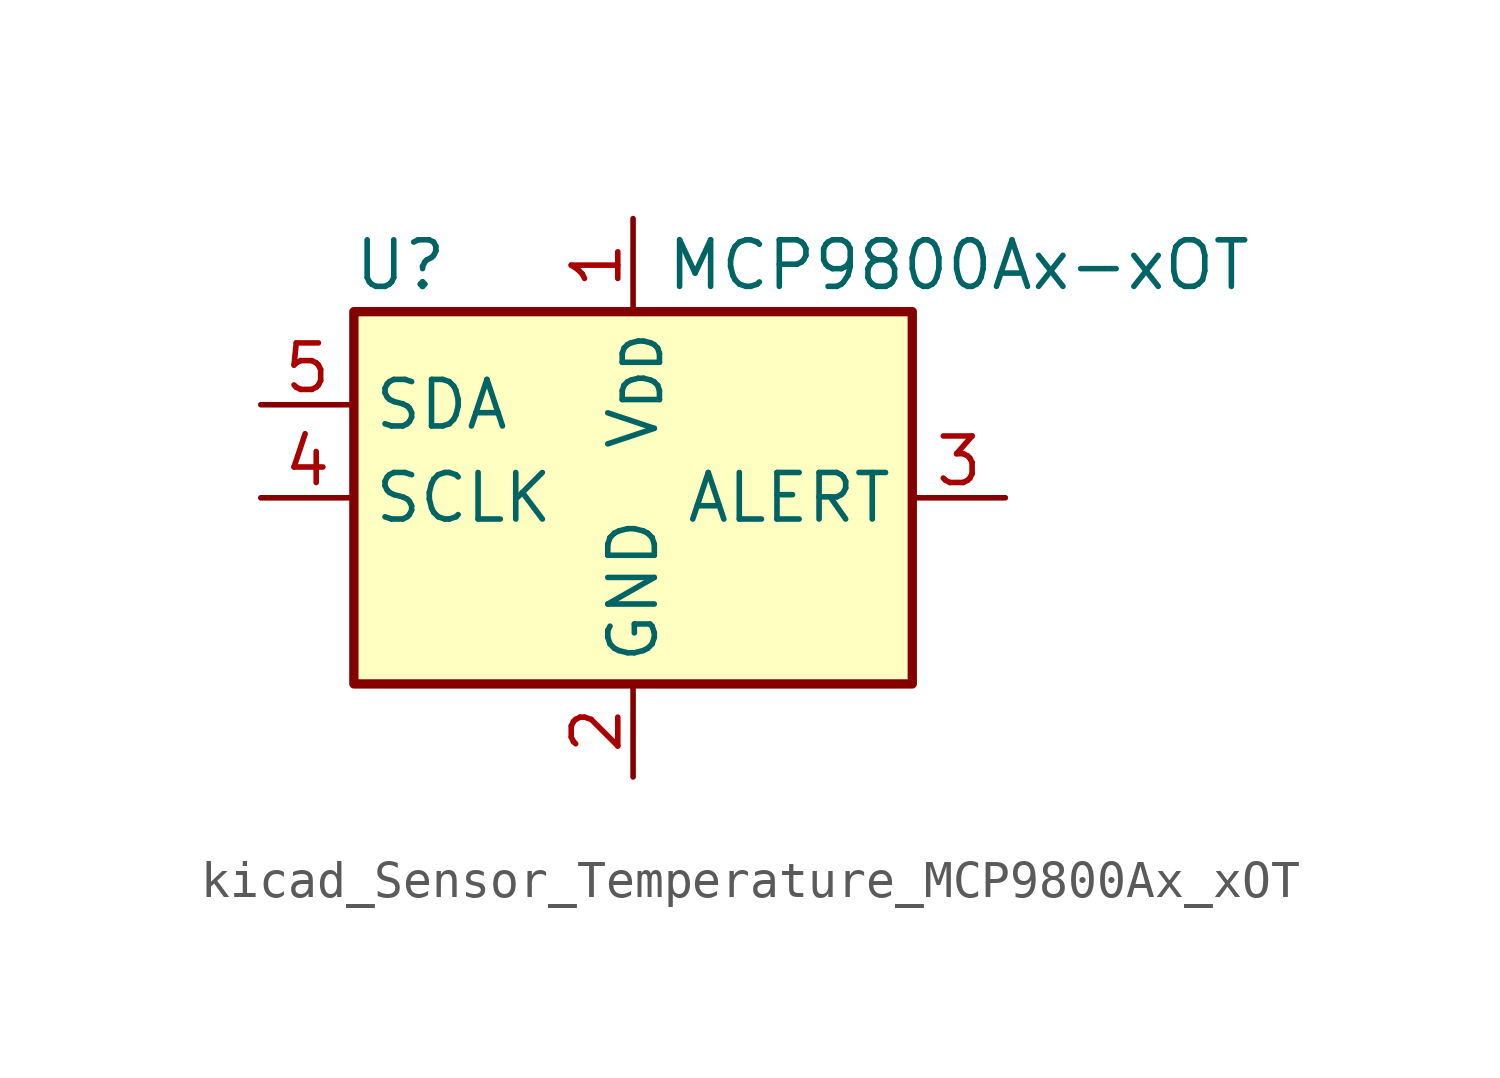
<source format=kicad_sym>
(kicad_symbol_lib
  (version 20220914)
  (generator kicad_symbol_editor)
  (symbol "kicad_Sensor_Temperature_MCP9800Ax_xOT"
    (property "Reference" "U"
      (at -6.35 6.35 0)
      (effects (font (size 1.27 1.27))))
    (property "Value" "MCP9800Ax-xOT"
      (at 8.89 6.35 0)
      (effects (font (size 1.27 1.27))))
    (symbol "kicad_Sensor_Temperature_MCP9800Ax_xOT_0_1"
      (rectangle (start -7.62 5.08) (end 7.62 -5.08) (stroke (width 0.254) (type default)) (fill (type background))))
    (symbol "kicad_Sensor_Temperature_MCP9800Ax_xOT_1_1"
      (pin power_in line (at 0 7.62 270) (length 2.54) (name "V_{DD}" (effects (font (size 1.27 1.27)))) (number "1" (effects (font (size 1.27 1.27)))))
      (pin power_in line (at 0 -7.62 90) (length 2.54) (name "GND" (effects (font (size 1.27 1.27)))) (number "2" (effects (font (size 1.27 1.27)))))
      (pin output line (at 10.16 0 180) (length 2.54) (name "ALERT" (effects (font (size 1.27 1.27)))) (number "3" (effects (font (size 1.27 1.27)))))
      (pin input line (at -10.16 0 0) (length 2.54) (name "SCLK" (effects (font (size 1.27 1.27)))) (number "4" (effects (font (size 1.27 1.27)))))
      (pin bidirectional line (at -10.16 2.54 0) (length 2.54) (name "SDA" (effects (font (size 1.27 1.27)))) (number "5" (effects (font (size 1.27 1.27))))))))
</source>
